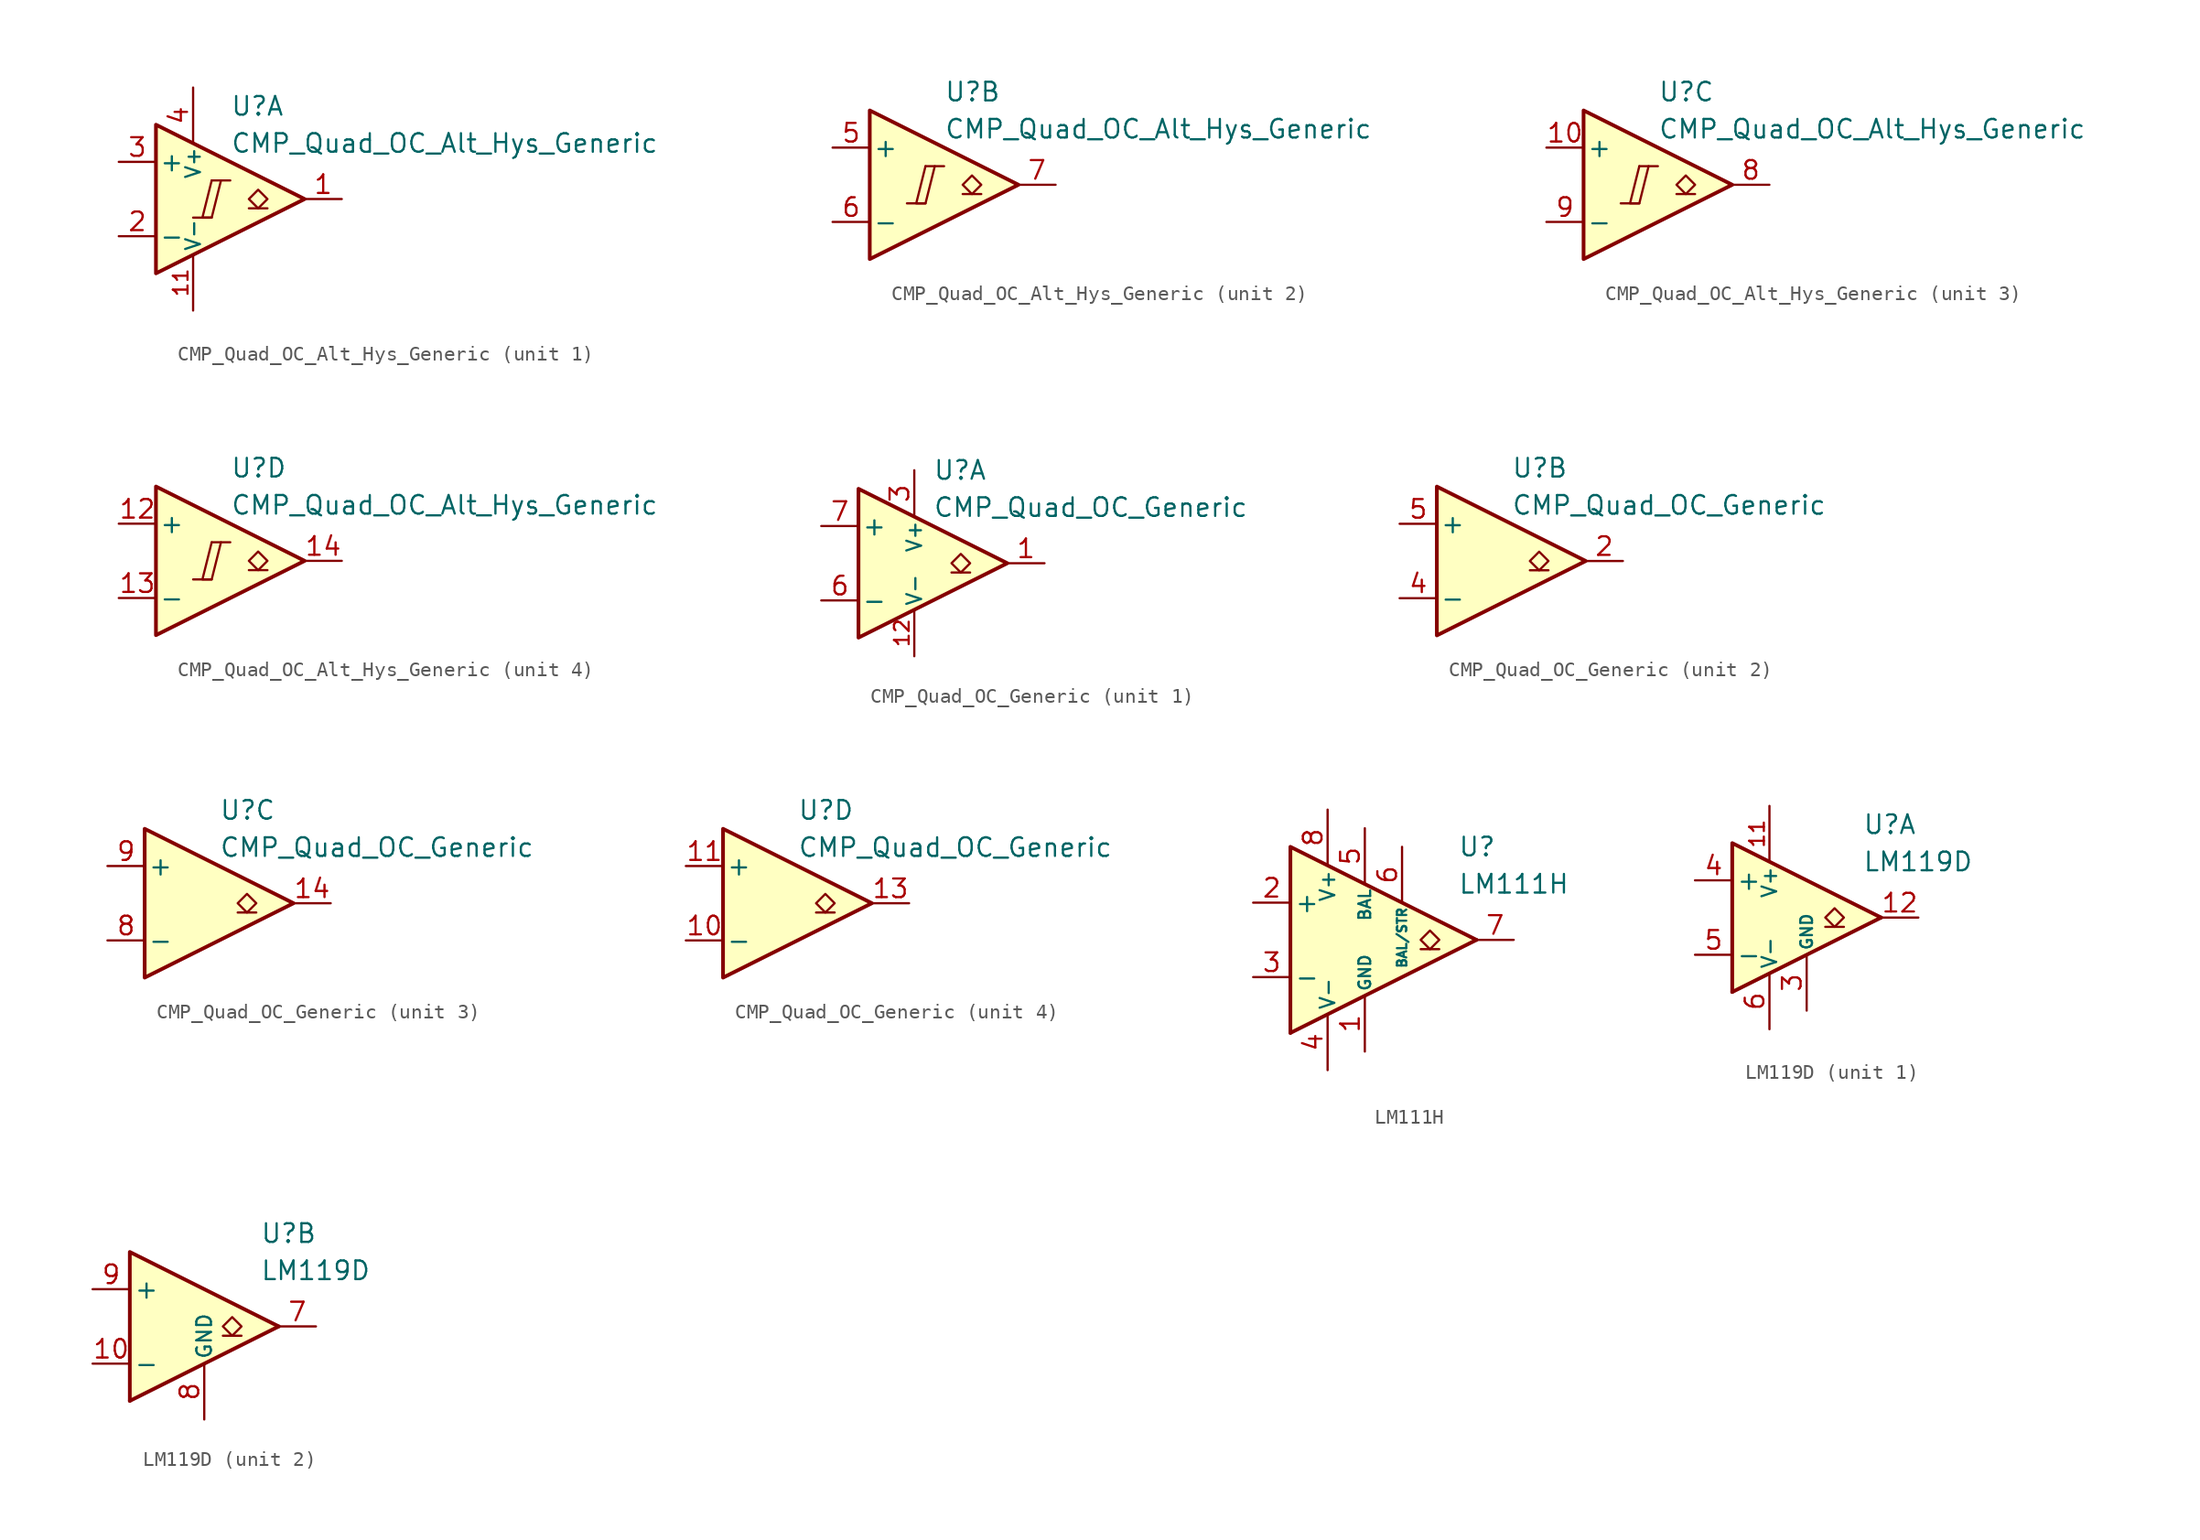
<source format=kicad_sym>
(kicad_symbol_lib
  (version 20231120)
  (generator "kicad_symbol_editor")
  (generator_version "8.0")
  (symbol "CMP_Quad_OC_Alt_Hys_Generic"
    (pin_names
      (offset 0.2))
    (property "Reference" "U"
      (at 1.27 6.35 0)
      (effects (font (size 1.27 1.27)) (justify left)))
    (property "Value" "CMP_Quad_OC_Alt_Hys_Generic"
      (at 1.27 3.81 0)
      (effects (font (size 1.27 1.27)) (justify left)))
    (property "ki_locked" ""
      (at 0 0 0)
      (effects (font (size 1.27 1.27))))
    (symbol "CMP_Quad_OC_Alt_Hys_Generic_0_0"
      (polyline (pts (xy -1.27 -1.27) (xy 0 -1.27)) (stroke (width 0.152) (type default)) (fill (type none)))
      (polyline (pts (xy 0 1.27) (xy 1.27 1.27)) (stroke (width 0.152) (type default)) (fill (type none)))
      (polyline (pts (xy 0 1.27) (xy -0.635 -1.27) (xy 0 -1.27) (xy 0.635 1.27)) (stroke (width 0.152) (type default)) (fill (type none))))
    (symbol "CMP_Quad_OC_Alt_Hys_Generic_0_1"
      (polyline (pts (xy -3.81 5.08) (xy -3.81 -5.08) (xy 6.35 0) (xy -3.81 5.08)) (stroke (width 0.254) (type default)) (fill (type background))))
    (symbol "CMP_Quad_OC_Alt_Hys_Generic_1_1"
      (polyline (pts (xy 3.81 -0.635) (xy 2.54 -0.635)) (stroke (width 0.152) (type default)) (fill (type none)))
      (polyline (pts (xy 3.175 -0.635) (xy 2.54 0) (xy 3.175 0.635) (xy 3.81 0) (xy 3.175 -0.635)) (stroke (width 0.152) (type default)) (fill (type none)))
      (pin open_collector line (at 8.89 0 180) (length 2.54) (name "~" (effects (font (size 1.27 1.27)))) (number "1" (effects (font (size 1.27 1.27)))))
      (pin power_in line (at -1.27 -7.62 90) (length 3.81) (name "V-" (effects (font (size 1 1)))) (number "11" (effects (font (size 1 1)))))
      (pin input line (at -6.35 -2.54 0) (length 2.54) (name "-" (effects (font (size 1.27 1.27)))) (number "2" (effects (font (size 1.27 1.27)))))
      (pin input line (at -6.35 2.54 0) (length 2.54) (name "+" (effects (font (size 1.27 1.27)))) (number "3" (effects (font (size 1.27 1.27)))))
      (pin power_in line (at -1.27 7.62 270) (length 3.81) (name "V+" (effects (font (size 1 1)))) (number "4" (effects (font (size 1.27 1.27))))))
    (symbol "CMP_Quad_OC_Alt_Hys_Generic_2_1"
      (polyline (pts (xy 3.81 -0.635) (xy 2.54 -0.635)) (stroke (width 0.152) (type default)) (fill (type none)))
      (polyline (pts (xy 3.175 -0.635) (xy 2.54 0) (xy 3.175 0.635) (xy 3.81 0) (xy 3.175 -0.635)) (stroke (width 0.152) (type default)) (fill (type none)))
      (pin input line (at -6.35 2.54 0) (length 2.54) (name "+" (effects (font (size 1.27 1.27)))) (number "5" (effects (font (size 1.27 1.27)))))
      (pin input line (at -6.35 -2.54 0) (length 2.54) (name "-" (effects (font (size 1.27 1.27)))) (number "6" (effects (font (size 1.27 1.27)))))
      (pin open_collector line (at 8.89 0 180) (length 2.54) (name "~" (effects (font (size 1.27 1.27)))) (number "7" (effects (font (size 1.27 1.27))))))
    (symbol "CMP_Quad_OC_Alt_Hys_Generic_3_1"
      (polyline (pts (xy 3.81 -0.635) (xy 2.54 -0.635)) (stroke (width 0.152) (type default)) (fill (type none)))
      (polyline (pts (xy 3.175 -0.635) (xy 2.54 0) (xy 3.175 0.635) (xy 3.81 0) (xy 3.175 -0.635)) (stroke (width 0.152) (type default)) (fill (type none)))
      (pin input line (at -6.35 2.54 0) (length 2.54) (name "+" (effects (font (size 1.27 1.27)))) (number "10" (effects (font (size 1.27 1.27)))))
      (pin open_collector line (at 8.89 0 180) (length 2.54) (name "~" (effects (font (size 1.27 1.27)))) (number "8" (effects (font (size 1.27 1.27)))))
      (pin input line (at -6.35 -2.54 0) (length 2.54) (name "-" (effects (font (size 1.27 1.27)))) (number "9" (effects (font (size 1.27 1.27))))))
    (symbol "CMP_Quad_OC_Alt_Hys_Generic_4_1"
      (polyline (pts (xy 3.81 -0.635) (xy 2.54 -0.635)) (stroke (width 0.152) (type default)) (fill (type none)))
      (polyline (pts (xy 3.175 -0.635) (xy 2.54 0) (xy 3.175 0.635) (xy 3.81 0) (xy 3.175 -0.635)) (stroke (width 0.152) (type default)) (fill (type none)))
      (pin input line (at -6.35 2.54 0) (length 2.54) (name "+" (effects (font (size 1.27 1.27)))) (number "12" (effects (font (size 1.27 1.27)))))
      (pin input line (at -6.35 -2.54 0) (length 2.54) (name "-" (effects (font (size 1.27 1.27)))) (number "13" (effects (font (size 1.27 1.27)))))
      (pin open_collector line (at 8.89 0 180) (length 2.54) (name "~" (effects (font (size 1.27 1.27)))) (number "14" (effects (font (size 1.27 1.27)))))))
  (symbol "CMP_Quad_OC_Generic"
    (pin_names
      (offset 0.2))
    (property "Reference" "U"
      (at 1.27 6.35 0)
      (effects (font (size 1.27 1.27)) (justify left)))
    (property "Value" "CMP_Quad_OC_Generic"
      (at 1.27 3.81 0)
      (effects (font (size 1.27 1.27)) (justify left)))
    (property "ki_locked" ""
      (at 0 0 0)
      (effects (font (size 1.27 1.27))))
    (symbol "CMP_Quad_OC_Generic_0_1"
      (polyline (pts (xy -3.81 5.08) (xy -3.81 -5.08) (xy 6.35 0) (xy -3.81 5.08)) (stroke (width 0.254) (type default)) (fill (type background))))
    (symbol "CMP_Quad_OC_Generic_1_1"
      (polyline (pts (xy 3.81 -0.635) (xy 2.54 -0.635)) (stroke (width 0.152) (type default)) (fill (type none)))
      (polyline (pts (xy 3.175 -0.635) (xy 2.54 0) (xy 3.175 0.635) (xy 3.81 0) (xy 3.175 -0.635)) (stroke (width 0.152) (type default)) (fill (type none)))
      (pin open_collector line (at 8.89 0 180) (length 2.54) (name "~" (effects (font (size 1.27 1.27)))) (number "1" (effects (font (size 1.27 1.27)))))
      (pin power_in line (at 0 -6.35 90) (length 3.18) (name "V-" (effects (font (size 1 1)))) (number "12" (effects (font (size 1 1)))))
      (pin power_in line (at 0 6.35 270) (length 3.18) (name "V+" (effects (font (size 1 1)))) (number "3" (effects (font (size 1.27 1.27)))))
      (pin input line (at -6.35 -2.54 0) (length 2.54) (name "-" (effects (font (size 1.27 1.27)))) (number "6" (effects (font (size 1.27 1.27)))))
      (pin input line (at -6.35 2.54 0) (length 2.54) (name "+" (effects (font (size 1.27 1.27)))) (number "7" (effects (font (size 1.27 1.27))))))
    (symbol "CMP_Quad_OC_Generic_2_1"
      (polyline (pts (xy 3.81 -0.635) (xy 2.54 -0.635)) (stroke (width 0.152) (type default)) (fill (type none)))
      (polyline (pts (xy 3.175 -0.635) (xy 2.54 0) (xy 3.175 0.635) (xy 3.81 0) (xy 3.175 -0.635)) (stroke (width 0.152) (type default)) (fill (type none)))
      (pin open_collector line (at 8.89 0 180) (length 2.54) (name "~" (effects (font (size 1.27 1.27)))) (number "2" (effects (font (size 1.27 1.27)))))
      (pin input line (at -6.35 -2.54 0) (length 2.54) (name "-" (effects (font (size 1.27 1.27)))) (number "4" (effects (font (size 1.27 1.27)))))
      (pin input line (at -6.35 2.54 0) (length 2.54) (name "+" (effects (font (size 1.27 1.27)))) (number "5" (effects (font (size 1.27 1.27))))))
    (symbol "CMP_Quad_OC_Generic_3_1"
      (polyline (pts (xy 3.81 -0.635) (xy 2.54 -0.635)) (stroke (width 0.152) (type default)) (fill (type none)))
      (polyline (pts (xy 3.175 -0.635) (xy 2.54 0) (xy 3.175 0.635) (xy 3.81 0) (xy 3.175 -0.635)) (stroke (width 0.152) (type default)) (fill (type none)))
      (pin open_collector line (at 8.89 0 180) (length 2.54) (name "~" (effects (font (size 1.27 1.27)))) (number "14" (effects (font (size 1.27 1.27)))))
      (pin input line (at -6.35 -2.54 0) (length 2.54) (name "-" (effects (font (size 1.27 1.27)))) (number "8" (effects (font (size 1.27 1.27)))))
      (pin input line (at -6.35 2.54 0) (length 2.54) (name "+" (effects (font (size 1.27 1.27)))) (number "9" (effects (font (size 1.27 1.27))))))
    (symbol "CMP_Quad_OC_Generic_4_1"
      (polyline (pts (xy 3.81 -0.635) (xy 2.54 -0.635)) (stroke (width 0.152) (type default)) (fill (type none)))
      (polyline (pts (xy 3.175 -0.635) (xy 2.54 0) (xy 3.175 0.635) (xy 3.81 0) (xy 3.175 -0.635)) (stroke (width 0.152) (type default)) (fill (type none)))
      (pin input line (at -6.35 -2.54 0) (length 2.54) (name "-" (effects (font (size 1.27 1.27)))) (number "10" (effects (font (size 1.27 1.27)))))
      (pin input line (at -6.35 2.54 0) (length 2.54) (name "+" (effects (font (size 1.27 1.27)))) (number "11" (effects (font (size 1.27 1.27)))))
      (pin open_collector line (at 8.89 0 180) (length 2.54) (name "~" (effects (font (size 1.27 1.27)))) (number "13" (effects (font (size 1.27 1.27)))))))
  (symbol "LM111H"
    (pin_names
      (offset 0.254))
    (property "Reference" "U"
      (at 6.35 6.35 0)
      (effects (font (size 1.27 1.27)) (justify left)))
    (property "Value" "LM111H"
      (at 6.35 3.81 0)
      (effects (font (size 1.27 1.27)) (justify left)))
    (symbol "LM111H_0_0"
      (polyline (pts (xy 7.62 0) (xy -5.08 -6.35)) (stroke (width 0.254) (type default)) (fill (type none)))
      (polyline (pts (xy 7.62 0) (xy -5.08 6.35) (xy -5.08 -6.35)) (stroke (width 0.254) (type default)) (fill (type background))))
    (symbol "LM111H_1_1"
      (polyline (pts (xy 5.08 -0.635) (xy 3.81 -0.635)) (stroke (width 0.152) (type default)) (fill (type none)))
      (polyline (pts (xy 4.445 -0.635) (xy 3.81 0) (xy 4.445 0.635) (xy 5.08 0) (xy 4.445 -0.635)) (stroke (width 0.152) (type default)) (fill (type none)))
      (pin power_in line (at 0 -7.62 90) (length 3.81) (name "GND" (effects (font (size 0.8 0.8)))) (number "1" (effects (font (size 1.27 1.27)))))
      (pin input line (at -7.62 2.54 0) (length 2.54) (name "+" (effects (font (size 1.27 1.27)))) (number "2" (effects (font (size 1.27 1.27)))))
      (pin input line (at -7.62 -2.54 0) (length 2.54) (name "-" (effects (font (size 1.27 1.27)))) (number "3" (effects (font (size 1.27 1.27)))))
      (pin power_in line (at -2.54 -8.89 90) (length 3.81) (name "V-" (effects (font (size 1 1)))) (number "4" (effects (font (size 1.27 1.27)))))
      (pin input line (at 0 7.62 270) (length 3.81) (name "BAL" (effects (font (size 0.8 0.8)))) (number "5" (effects (font (size 1.27 1.27)))))
      (pin input line (at 2.54 6.35 270) (length 3.81) (name "BAL/STR" (effects (font (size 0.635 0.635)))) (number "6" (effects (font (size 1.27 1.27)))))
      (pin open_collector line (at 10.16 0 180) (length 2.54) (name "~" (effects (font (size 1.27 1.27)))) (number "7" (effects (font (size 1.27 1.27)))))
      (pin power_in line (at -2.54 8.89 270) (length 3.81) (name "V+" (effects (font (size 1 1)))) (number "8" (effects (font (size 1.27 1.27)))))))
  (symbol "LM119D"
    (pin_names
      (offset 0.254))
    (property "Reference" "U"
      (at 6.35 6.35 0)
      (effects (font (size 1.27 1.27)) (justify left)))
    (property "Value" "LM119D"
      (at 6.35 3.81 0)
      (effects (font (size 1.27 1.27)) (justify left)))
    (property "ki_locked" ""
      (at 0 0 0)
      (effects (font (size 1.27 1.27))))
    (symbol "LM119D_0_0"
      (polyline (pts (xy 7.62 0) (xy -2.54 -5.08)) (stroke (width 0.254) (type default)) (fill (type none)))
      (polyline (pts (xy 7.62 0) (xy -2.54 5.08) (xy -2.54 -5.08)) (stroke (width 0.254) (type default)) (fill (type background))))
    (symbol "LM119D_1_1"
      (polyline (pts (xy 5.08 -0.635) (xy 3.81 -0.635)) (stroke (width 0.152) (type default)) (fill (type none)))
      (polyline (pts (xy 4.445 -0.635) (xy 3.81 0) (xy 4.445 0.635) (xy 5.08 0) (xy 4.445 -0.635)) (stroke (width 0.152) (type default)) (fill (type none)))
      (pin no_connect line (at 1.27 2.54 270) (length 2.54) hide (name "NC" (effects (font (size 1.27 1.27)))) (number "1" (effects (font (size 1.27 1.27)))))
      (pin power_in line (at 0 7.62 270) (length 3.81) (name "V+" (effects (font (size 1 1)))) (number "11" (effects (font (size 1 1)))))
      (pin open_collector line (at 10.16 0 180) (length 2.54) (name "~" (effects (font (size 1.27 1.27)))) (number "12" (effects (font (size 1.27 1.27)))))
      (pin no_connect line (at 1.27 -2.54 90) (length 2.54) hide (name "NC" (effects (font (size 1.27 1.27)))) (number "2" (effects (font (size 1.27 1.27)))))
      (pin power_in line (at 2.54 -6.35 90) (length 3.81) (name "GND" (effects (font (size 0.8 0.8)))) (number "3" (effects (font (size 1.27 1.27)))))
      (pin input line (at -5.08 2.54 0) (length 2.54) (name "+" (effects (font (size 1.27 1.27)))) (number "4" (effects (font (size 1.27 1.27)))))
      (pin input line (at -5.08 -2.54 0) (length 2.54) (name "-" (effects (font (size 1.27 1.27)))) (number "5" (effects (font (size 1.27 1.27)))))
      (pin power_in line (at 0 -7.62 90) (length 3.81) (name "V-" (effects (font (size 1 1)))) (number "6" (effects (font (size 1.27 1.27))))))
    (symbol "LM119D_2_1"
      (polyline (pts (xy 5.08 -0.635) (xy 3.81 -0.635)) (stroke (width 0.152) (type default)) (fill (type none)))
      (polyline (pts (xy 4.445 -0.635) (xy 3.81 0) (xy 4.445 0.635) (xy 5.08 0) (xy 4.445 -0.635)) (stroke (width 0.152) (type default)) (fill (type none)))
      (pin input line (at -5.08 -2.54 0) (length 2.54) (name "-" (effects (font (size 1.27 1.27)))) (number "10" (effects (font (size 1.27 1.27)))))
      (pin no_connect line (at 1.27 -2.54 90) (length 2.54) hide (name "NC" (effects (font (size 1.27 1.27)))) (number "13" (effects (font (size 1.27 1.27)))))
      (pin no_connect line (at 1.27 2.54 270) (length 2.54) hide (name "NC" (effects (font (size 1.27 1.27)))) (number "14" (effects (font (size 1.27 1.27)))))
      (pin open_collector line (at 10.16 0 180) (length 2.54) (name "~" (effects (font (size 1.27 1.27)))) (number "7" (effects (font (size 1.27 1.27)))))
      (pin power_in line (at 2.54 -6.35 90) (length 3.81) (name "GND" (effects (font (size 1 1)))) (number "8" (effects (font (size 1.27 1.27)))))
      (pin input line (at -5.08 2.54 0) (length 2.54) (name "+" (effects (font (size 1.27 1.27)))) (number "9" (effects (font (size 1.27 1.27))))))))
</source>
